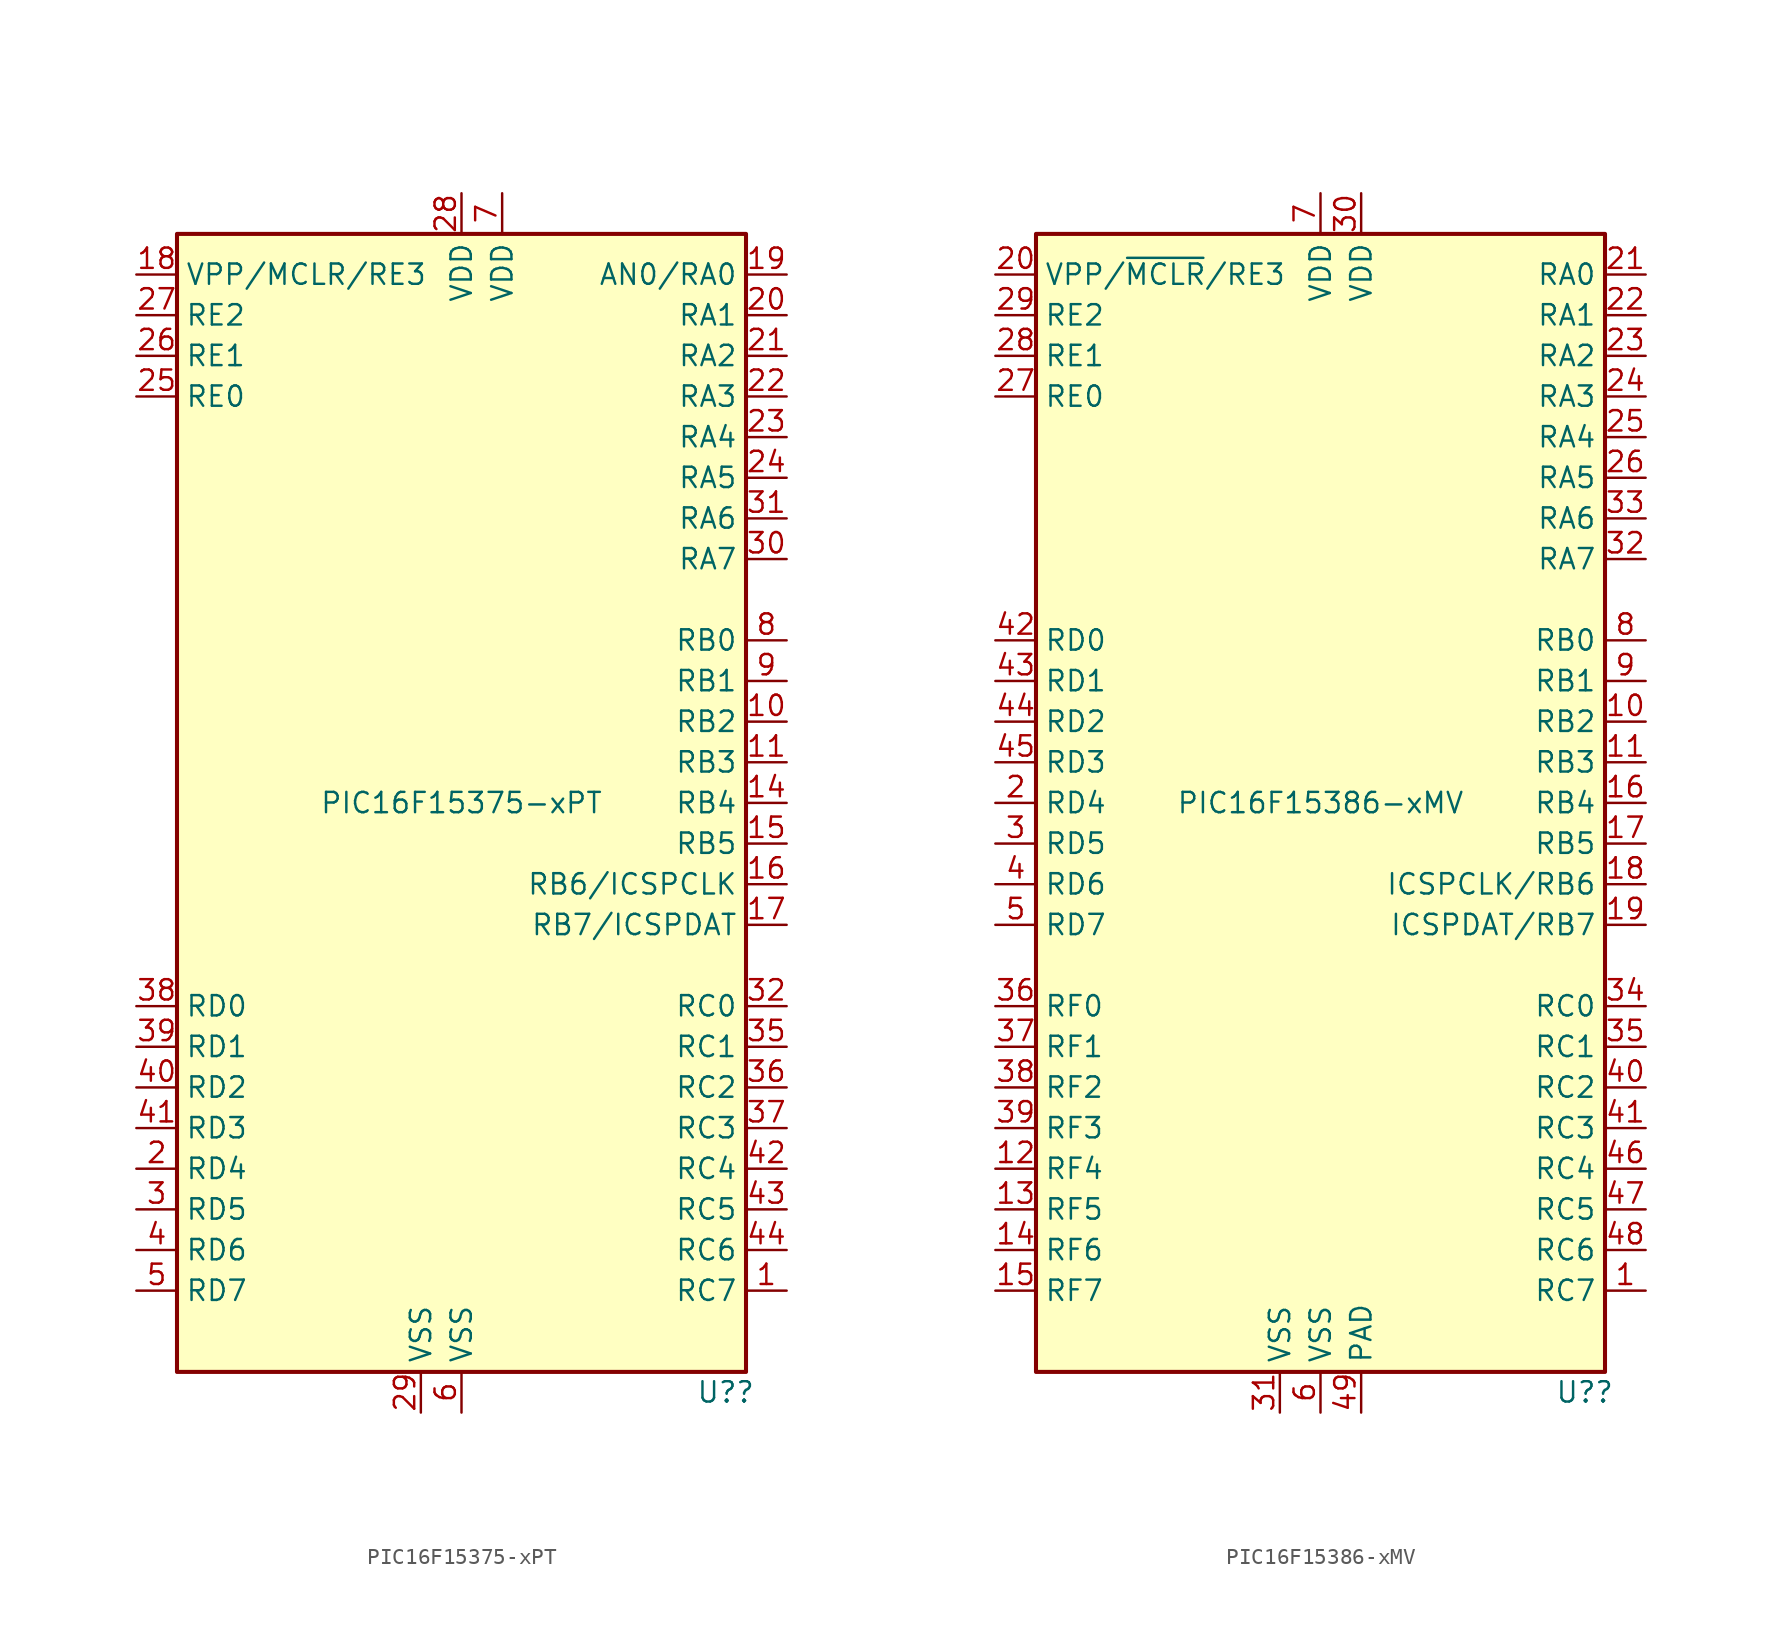
<source format=kicad_sym>
(kicad_symbol_lib
  (version 20201005)
  (generator kicad_symbol_editor)
  (symbol "PIC16F15375-xPT"
    (property "Reference" "U?"
      (at 16.51 -36.83 0)
      (effects (font (size 1.27 1.27))))
    (property "Value" "PIC16F15375-xPT"
      (at 0 0 0)
      (effects (font (size 1.27 1.27))))
    (symbol "PIC16F15375-xPT_0_0"
      (pin no_connect line (at -20.32 5.08 0) (length 2.54) hide (name "NC" (effects (font (size 1.27 1.27)))) (number "12" (effects (font (size 1.27 1.27)))))
      (pin no_connect line (at -20.32 0 0) (length 2.54) hide (name "NC" (effects (font (size 1.27 1.27)))) (number "13" (effects (font (size 1.27 1.27)))))
      (pin no_connect line (at -20.32 2.54 0) (length 2.54) hide (name "NC" (effects (font (size 1.27 1.27)))) (number "33" (effects (font (size 1.27 1.27)))))
      (pin no_connect line (at -20.32 7.62 0) (length 2.54) hide (name "NC" (effects (font (size 1.27 1.27)))) (number "34" (effects (font (size 1.27 1.27))))))
    (symbol "PIC16F15375-xPT_0_1"
      (rectangle (start -17.78 35.56) (end 17.78 -35.56) (stroke (width 0.254)) (fill (type background))))
    (symbol "PIC16F15375-xPT_1_1"
      (pin bidirectional line (at 20.32 -30.48 180) (length 2.54) (name "RC7" (effects (font (size 1.27 1.27)))) (number "1" (effects (font (size 1.27 1.27)))))
      (pin bidirectional line (at 20.32 5.08 180) (length 2.54) (name "RB2" (effects (font (size 1.27 1.27)))) (number "10" (effects (font (size 1.27 1.27)))))
      (pin bidirectional line (at 20.32 2.54 180) (length 2.54) (name "RB3" (effects (font (size 1.27 1.27)))) (number "11" (effects (font (size 1.27 1.27)))))
      (pin bidirectional line (at 20.32 0 180) (length 2.54) (name "RB4" (effects (font (size 1.27 1.27)))) (number "14" (effects (font (size 1.27 1.27)))))
      (pin bidirectional line (at 20.32 -2.54 180) (length 2.54) (name "RB5" (effects (font (size 1.27 1.27)))) (number "15" (effects (font (size 1.27 1.27)))))
      (pin bidirectional line (at 20.32 -5.08 180) (length 2.54) (name "RB6/ICSPCLK" (effects (font (size 1.27 1.27)))) (number "16" (effects (font (size 1.27 1.27)))))
      (pin bidirectional line (at 20.32 -7.62 180) (length 2.54) (name "RB7/ICSPDAT" (effects (font (size 1.27 1.27)))) (number "17" (effects (font (size 1.27 1.27)))))
      (pin bidirectional line (at -20.32 33.02 0) (length 2.54) (name "VPP/MCLR/RE3" (effects (font (size 1.27 1.27)))) (number "18" (effects (font (size 1.27 1.27)))))
      (pin bidirectional line (at 20.32 33.02 180) (length 2.54) (name "AN0/RA0" (effects (font (size 1.27 1.27)))) (number "19" (effects (font (size 1.27 1.27)))))
      (pin bidirectional line (at -20.32 -22.86 0) (length 2.54) (name "RD4" (effects (font (size 1.27 1.27)))) (number "2" (effects (font (size 1.27 1.27)))))
      (pin bidirectional line (at 20.32 30.48 180) (length 2.54) (name "RA1" (effects (font (size 1.27 1.27)))) (number "20" (effects (font (size 1.27 1.27)))))
      (pin bidirectional line (at 20.32 27.94 180) (length 2.54) (name "RA2" (effects (font (size 1.27 1.27)))) (number "21" (effects (font (size 1.27 1.27)))))
      (pin bidirectional line (at 20.32 25.4 180) (length 2.54) (name "RA3" (effects (font (size 1.27 1.27)))) (number "22" (effects (font (size 1.27 1.27)))))
      (pin bidirectional line (at 20.32 22.86 180) (length 2.54) (name "RA4" (effects (font (size 1.27 1.27)))) (number "23" (effects (font (size 1.27 1.27)))))
      (pin bidirectional line (at 20.32 20.32 180) (length 2.54) (name "RA5" (effects (font (size 1.27 1.27)))) (number "24" (effects (font (size 1.27 1.27)))))
      (pin bidirectional line (at -20.32 25.4 0) (length 2.54) (name "RE0" (effects (font (size 1.27 1.27)))) (number "25" (effects (font (size 1.27 1.27)))))
      (pin bidirectional line (at -20.32 27.94 0) (length 2.54) (name "RE1" (effects (font (size 1.27 1.27)))) (number "26" (effects (font (size 1.27 1.27)))))
      (pin bidirectional line (at -20.32 30.48 0) (length 2.54) (name "RE2" (effects (font (size 1.27 1.27)))) (number "27" (effects (font (size 1.27 1.27)))))
      (pin power_in line (at 0 38.1 270) (length 2.54) (name "VDD" (effects (font (size 1.27 1.27)))) (number "28" (effects (font (size 1.27 1.27)))))
      (pin power_in line (at -2.54 -38.1 90) (length 2.54) (name "VSS" (effects (font (size 1.27 1.27)))) (number "29" (effects (font (size 1.27 1.27)))))
      (pin bidirectional line (at -20.32 -25.4 0) (length 2.54) (name "RD5" (effects (font (size 1.27 1.27)))) (number "3" (effects (font (size 1.27 1.27)))))
      (pin bidirectional line (at 20.32 15.24 180) (length 2.54) (name "RA7" (effects (font (size 1.27 1.27)))) (number "30" (effects (font (size 1.27 1.27)))))
      (pin bidirectional line (at 20.32 17.78 180) (length 2.54) (name "RA6" (effects (font (size 1.27 1.27)))) (number "31" (effects (font (size 1.27 1.27)))))
      (pin bidirectional line (at 20.32 -12.7 180) (length 2.54) (name "RC0" (effects (font (size 1.27 1.27)))) (number "32" (effects (font (size 1.27 1.27)))))
      (pin bidirectional line (at 20.32 -15.24 180) (length 2.54) (name "RC1" (effects (font (size 1.27 1.27)))) (number "35" (effects (font (size 1.27 1.27)))))
      (pin bidirectional line (at 20.32 -17.78 180) (length 2.54) (name "RC2" (effects (font (size 1.27 1.27)))) (number "36" (effects (font (size 1.27 1.27)))))
      (pin bidirectional line (at 20.32 -20.32 180) (length 2.54) (name "RC3" (effects (font (size 1.27 1.27)))) (number "37" (effects (font (size 1.27 1.27)))))
      (pin bidirectional line (at -20.32 -12.7 0) (length 2.54) (name "RD0" (effects (font (size 1.27 1.27)))) (number "38" (effects (font (size 1.27 1.27)))))
      (pin bidirectional line (at -20.32 -15.24 0) (length 2.54) (name "RD1" (effects (font (size 1.27 1.27)))) (number "39" (effects (font (size 1.27 1.27)))))
      (pin bidirectional line (at -20.32 -27.94 0) (length 2.54) (name "RD6" (effects (font (size 1.27 1.27)))) (number "4" (effects (font (size 1.27 1.27)))))
      (pin bidirectional line (at -20.32 -17.78 0) (length 2.54) (name "RD2" (effects (font (size 1.27 1.27)))) (number "40" (effects (font (size 1.27 1.27)))))
      (pin bidirectional line (at -20.32 -20.32 0) (length 2.54) (name "RD3" (effects (font (size 1.27 1.27)))) (number "41" (effects (font (size 1.27 1.27)))))
      (pin bidirectional line (at 20.32 -22.86 180) (length 2.54) (name "RC4" (effects (font (size 1.27 1.27)))) (number "42" (effects (font (size 1.27 1.27)))))
      (pin bidirectional line (at 20.32 -25.4 180) (length 2.54) (name "RC5" (effects (font (size 1.27 1.27)))) (number "43" (effects (font (size 1.27 1.27)))))
      (pin bidirectional line (at 20.32 -27.94 180) (length 2.54) (name "RC6" (effects (font (size 1.27 1.27)))) (number "44" (effects (font (size 1.27 1.27)))))
      (pin bidirectional line (at -20.32 -30.48 0) (length 2.54) (name "RD7" (effects (font (size 1.27 1.27)))) (number "5" (effects (font (size 1.27 1.27)))))
      (pin power_in line (at 0 -38.1 90) (length 2.54) (name "VSS" (effects (font (size 1.27 1.27)))) (number "6" (effects (font (size 1.27 1.27)))))
      (pin power_in line (at 2.54 38.1 270) (length 2.54) (name "VDD" (effects (font (size 1.27 1.27)))) (number "7" (effects (font (size 1.27 1.27)))))
      (pin bidirectional line (at 20.32 10.16 180) (length 2.54) (name "RB0" (effects (font (size 1.27 1.27)))) (number "8" (effects (font (size 1.27 1.27)))))
      (pin bidirectional line (at 20.32 7.62 180) (length 2.54) (name "RB1" (effects (font (size 1.27 1.27)))) (number "9" (effects (font (size 1.27 1.27)))))))
  (symbol "PIC16F15386-xMV"
    (property "Reference" "U?"
      (at 16.51 -36.83 0)
      (effects (font (size 1.27 1.27))))
    (property "Value" "PIC16F15386-xMV"
      (at 0 0 0)
      (effects (font (size 1.27 1.27))))
    (symbol "PIC16F15386-xMV_0_0"
      (pin bidirectional line (at -20.32 -2.54 0) (length 2.54) (name "RD5" (effects (font (size 1.27 1.27)))) (number "3" (effects (font (size 1.27 1.27)))))
      (pin bidirectional line (at -20.32 -5.08 0) (length 2.54) (name "RD6" (effects (font (size 1.27 1.27)))) (number "4" (effects (font (size 1.27 1.27)))))
      (pin power_in line (at 2.54 -38.1 90) (length 2.54) (name "PAD" (effects (font (size 1.27 1.27)))) (number "49" (effects (font (size 1.27 1.27))))))
    (symbol "PIC16F15386-xMV_0_1"
      (rectangle (start -17.78 35.56) (end 17.78 -35.56) (stroke (width 0.254)) (fill (type background))))
    (symbol "PIC16F15386-xMV_1_1"
      (pin bidirectional line (at 20.32 -30.48 180) (length 2.54) (name "RC7" (effects (font (size 1.27 1.27)))) (number "1" (effects (font (size 1.27 1.27)))))
      (pin bidirectional line (at 20.32 5.08 180) (length 2.54) (name "RB2" (effects (font (size 1.27 1.27)))) (number "10" (effects (font (size 1.27 1.27)))))
      (pin bidirectional line (at 20.32 2.54 180) (length 2.54) (name "RB3" (effects (font (size 1.27 1.27)))) (number "11" (effects (font (size 1.27 1.27)))))
      (pin bidirectional line (at -20.32 -22.86 0) (length 2.54) (name "RF4" (effects (font (size 1.27 1.27)))) (number "12" (effects (font (size 1.27 1.27)))))
      (pin bidirectional line (at -20.32 -25.4 0) (length 2.54) (name "RF5" (effects (font (size 1.27 1.27)))) (number "13" (effects (font (size 1.27 1.27)))))
      (pin bidirectional line (at -20.32 -27.94 0) (length 2.54) (name "RF6" (effects (font (size 1.27 1.27)))) (number "14" (effects (font (size 1.27 1.27)))))
      (pin bidirectional line (at -20.32 -30.48 0) (length 2.54) (name "RF7" (effects (font (size 1.27 1.27)))) (number "15" (effects (font (size 1.27 1.27)))))
      (pin bidirectional line (at 20.32 0 180) (length 2.54) (name "RB4" (effects (font (size 1.27 1.27)))) (number "16" (effects (font (size 1.27 1.27)))))
      (pin bidirectional line (at 20.32 -2.54 180) (length 2.54) (name "RB5" (effects (font (size 1.27 1.27)))) (number "17" (effects (font (size 1.27 1.27)))))
      (pin bidirectional line (at 20.32 -5.08 180) (length 2.54) (name "ICSPCLK/RB6" (effects (font (size 1.27 1.27)))) (number "18" (effects (font (size 1.27 1.27)))))
      (pin bidirectional line (at 20.32 -7.62 180) (length 2.54) (name "ICSPDAT/RB7" (effects (font (size 1.27 1.27)))) (number "19" (effects (font (size 1.27 1.27)))))
      (pin bidirectional line (at -20.32 0 0) (length 2.54) (name "RD4" (effects (font (size 1.27 1.27)))) (number "2" (effects (font (size 1.27 1.27)))))
      (pin bidirectional line (at -20.32 33.02 0) (length 2.54) (name "VPP/~MCLR~/RE3" (effects (font (size 1.27 1.27)))) (number "20" (effects (font (size 1.27 1.27)))))
      (pin bidirectional line (at 20.32 33.02 180) (length 2.54) (name "RA0" (effects (font (size 1.27 1.27)))) (number "21" (effects (font (size 1.27 1.27)))))
      (pin bidirectional line (at 20.32 30.48 180) (length 2.54) (name "RA1" (effects (font (size 1.27 1.27)))) (number "22" (effects (font (size 1.27 1.27)))))
      (pin bidirectional line (at 20.32 27.94 180) (length 2.54) (name "RA2" (effects (font (size 1.27 1.27)))) (number "23" (effects (font (size 1.27 1.27)))))
      (pin bidirectional line (at 20.32 25.4 180) (length 2.54) (name "RA3" (effects (font (size 1.27 1.27)))) (number "24" (effects (font (size 1.27 1.27)))))
      (pin bidirectional line (at 20.32 22.86 180) (length 2.54) (name "RA4" (effects (font (size 1.27 1.27)))) (number "25" (effects (font (size 1.27 1.27)))))
      (pin bidirectional line (at 20.32 20.32 180) (length 2.54) (name "RA5" (effects (font (size 1.27 1.27)))) (number "26" (effects (font (size 1.27 1.27)))))
      (pin bidirectional line (at -20.32 25.4 0) (length 2.54) (name "RE0" (effects (font (size 1.27 1.27)))) (number "27" (effects (font (size 1.27 1.27)))))
      (pin bidirectional line (at -20.32 27.94 0) (length 2.54) (name "RE1" (effects (font (size 1.27 1.27)))) (number "28" (effects (font (size 1.27 1.27)))))
      (pin bidirectional line (at -20.32 30.48 0) (length 2.54) (name "RE2" (effects (font (size 1.27 1.27)))) (number "29" (effects (font (size 1.27 1.27)))))
      (pin power_in line (at 2.54 38.1 270) (length 2.54) (name "VDD" (effects (font (size 1.27 1.27)))) (number "30" (effects (font (size 1.27 1.27)))))
      (pin power_in line (at -2.54 -38.1 90) (length 2.54) (name "VSS" (effects (font (size 1.27 1.27)))) (number "31" (effects (font (size 1.27 1.27)))))
      (pin bidirectional line (at 20.32 15.24 180) (length 2.54) (name "RA7" (effects (font (size 1.27 1.27)))) (number "32" (effects (font (size 1.27 1.27)))))
      (pin bidirectional line (at 20.32 17.78 180) (length 2.54) (name "RA6" (effects (font (size 1.27 1.27)))) (number "33" (effects (font (size 1.27 1.27)))))
      (pin bidirectional line (at 20.32 -12.7 180) (length 2.54) (name "RC0" (effects (font (size 1.27 1.27)))) (number "34" (effects (font (size 1.27 1.27)))))
      (pin bidirectional line (at 20.32 -15.24 180) (length 2.54) (name "RC1" (effects (font (size 1.27 1.27)))) (number "35" (effects (font (size 1.27 1.27)))))
      (pin bidirectional line (at -20.32 -12.7 0) (length 2.54) (name "RF0" (effects (font (size 1.27 1.27)))) (number "36" (effects (font (size 1.27 1.27)))))
      (pin bidirectional line (at -20.32 -15.24 0) (length 2.54) (name "RF1" (effects (font (size 1.27 1.27)))) (number "37" (effects (font (size 1.27 1.27)))))
      (pin bidirectional line (at -20.32 -17.78 0) (length 2.54) (name "RF2" (effects (font (size 1.27 1.27)))) (number "38" (effects (font (size 1.27 1.27)))))
      (pin bidirectional line (at -20.32 -20.32 0) (length 2.54) (name "RF3" (effects (font (size 1.27 1.27)))) (number "39" (effects (font (size 1.27 1.27)))))
      (pin bidirectional line (at 20.32 -17.78 180) (length 2.54) (name "RC2" (effects (font (size 1.27 1.27)))) (number "40" (effects (font (size 1.27 1.27)))))
      (pin bidirectional line (at 20.32 -20.32 180) (length 2.54) (name "RC3" (effects (font (size 1.27 1.27)))) (number "41" (effects (font (size 1.27 1.27)))))
      (pin bidirectional line (at -20.32 10.16 0) (length 2.54) (name "RD0" (effects (font (size 1.27 1.27)))) (number "42" (effects (font (size 1.27 1.27)))))
      (pin bidirectional line (at -20.32 7.62 0) (length 2.54) (name "RD1" (effects (font (size 1.27 1.27)))) (number "43" (effects (font (size 1.27 1.27)))))
      (pin bidirectional line (at -20.32 5.08 0) (length 2.54) (name "RD2" (effects (font (size 1.27 1.27)))) (number "44" (effects (font (size 1.27 1.27)))))
      (pin bidirectional line (at -20.32 2.54 0) (length 2.54) (name "RD3" (effects (font (size 1.27 1.27)))) (number "45" (effects (font (size 1.27 1.27)))))
      (pin bidirectional line (at 20.32 -22.86 180) (length 2.54) (name "RC4" (effects (font (size 1.27 1.27)))) (number "46" (effects (font (size 1.27 1.27)))))
      (pin bidirectional line (at 20.32 -25.4 180) (length 2.54) (name "RC5" (effects (font (size 1.27 1.27)))) (number "47" (effects (font (size 1.27 1.27)))))
      (pin bidirectional line (at 20.32 -27.94 180) (length 2.54) (name "RC6" (effects (font (size 1.27 1.27)))) (number "48" (effects (font (size 1.27 1.27)))))
      (pin bidirectional line (at -20.32 -7.62 0) (length 2.54) (name "RD7" (effects (font (size 1.27 1.27)))) (number "5" (effects (font (size 1.27 1.27)))))
      (pin power_in line (at 0 -38.1 90) (length 2.54) (name "VSS" (effects (font (size 1.27 1.27)))) (number "6" (effects (font (size 1.27 1.27)))))
      (pin power_in line (at 0 38.1 270) (length 2.54) (name "VDD" (effects (font (size 1.27 1.27)))) (number "7" (effects (font (size 1.27 1.27)))))
      (pin bidirectional line (at 20.32 10.16 180) (length 2.54) (name "RB0" (effects (font (size 1.27 1.27)))) (number "8" (effects (font (size 1.27 1.27)))))
      (pin bidirectional line (at 20.32 7.62 180) (length 2.54) (name "RB1" (effects (font (size 1.27 1.27)))) (number "9" (effects (font (size 1.27 1.27))))))))
</source>
